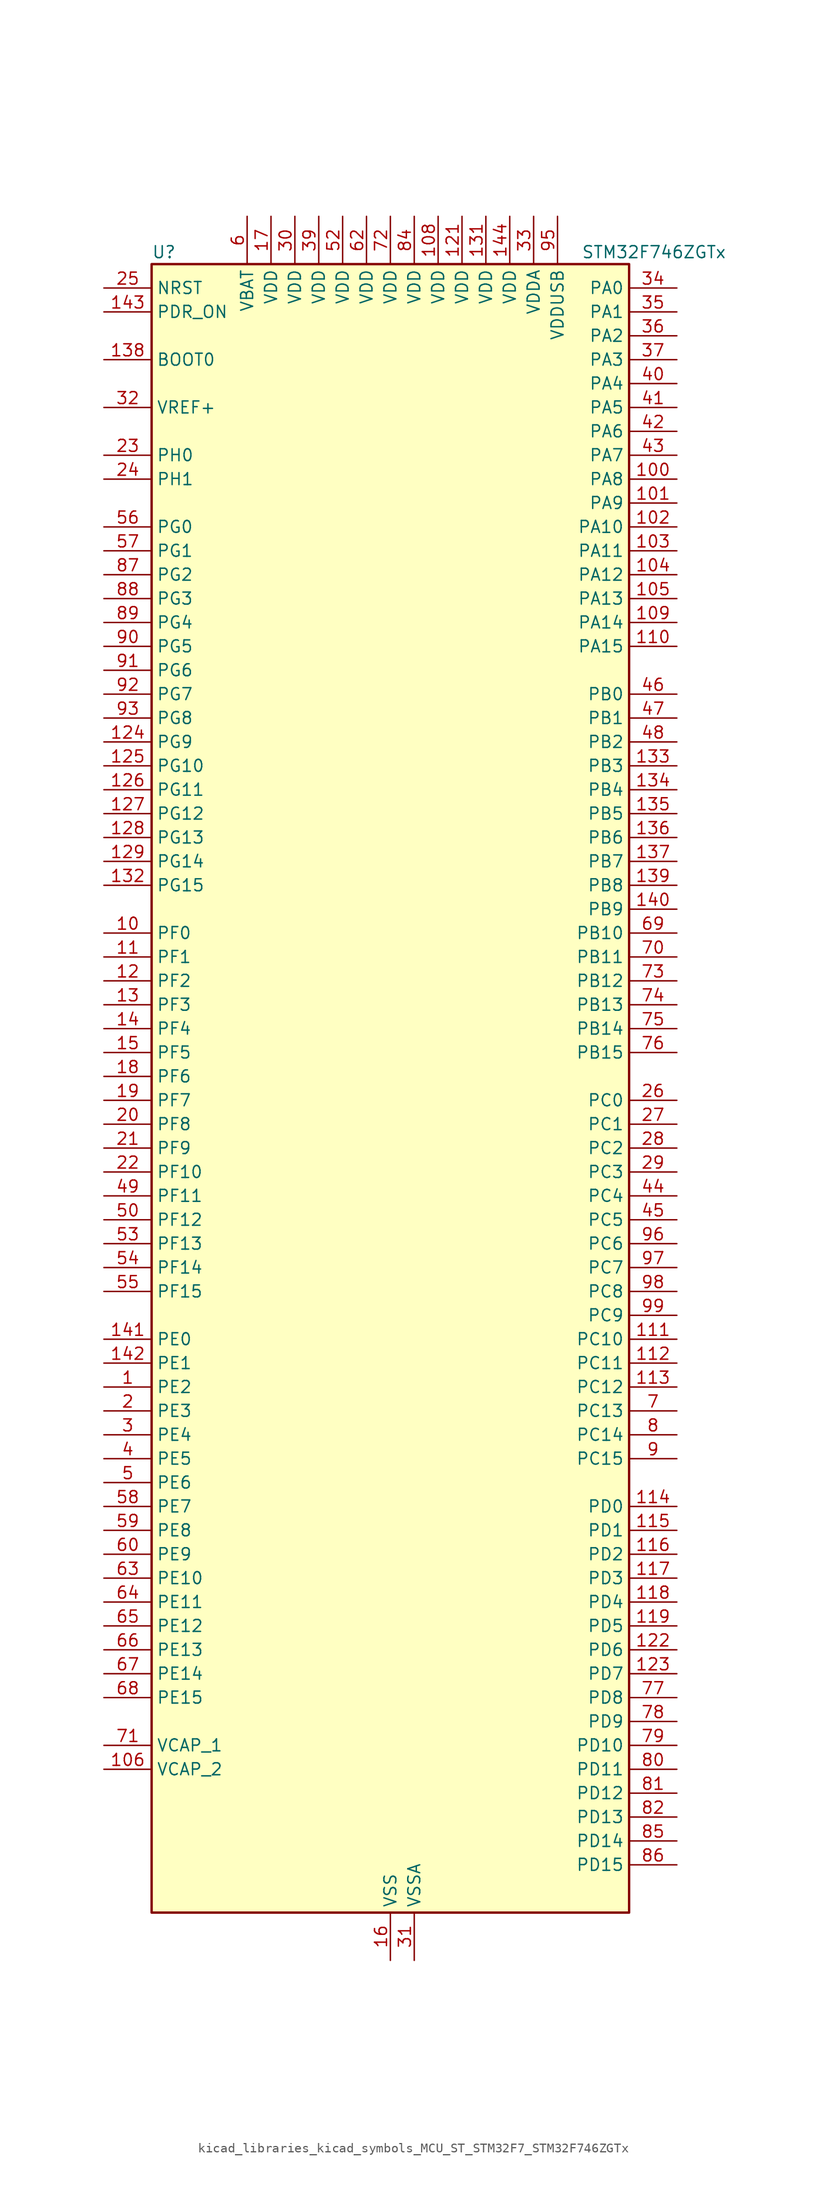
<source format=kicad_sym>
(kicad_symbol_lib
  (version 20220914)
  (generator kicad_symbol_editor)
  (symbol "kicad_libraries_kicad_symbols_MCU_ST_STM32F7_STM32F746ZGTx"
    (property "Reference" "U"
      (at -25.4 90.17 0)
      (effects (font (size 1.27 1.27)) (justify left)))
    (property "Value" "STM32F746ZGTx"
      (at 20.32 90.17 0)
      (effects (font (size 1.27 1.27)) (justify left)))
    (property "ki_locked" ""
      (at 0 0 0)
      (effects (font (size 1.27 1.27))))
    (symbol "kicad_libraries_kicad_symbols_MCU_ST_STM32F7_STM32F746ZGTx_0_1"
      (rectangle (start -25.4 -86.36) (end 25.4 88.9) (stroke (width 0.254) (type default)) (fill (type background))))
    (symbol "kicad_libraries_kicad_symbols_MCU_ST_STM32F7_STM32F746ZGTx_1_1"
      (pin bidirectional line (at -30.48 -30.48 0) (length 5.08) (name "PE2" (effects (font (size 1.27 1.27)))) (number "1" (effects (font (size 1.27 1.27)))) (alternate "ETH_TXD3" bidirectional line) (alternate "FMC_A23" bidirectional line) (alternate "QUADSPI_BK1_IO2" bidirectional line) (alternate "SAI1_MCLK_A" bidirectional line) (alternate "SPI4_SCK" bidirectional line) (alternate "SYS_TRACECLK" bidirectional line))
      (pin bidirectional line (at -30.48 17.78 0) (length 5.08) (name "PF0" (effects (font (size 1.27 1.27)))) (number "10" (effects (font (size 1.27 1.27)))) (alternate "FMC_A0" bidirectional line) (alternate "I2C2_SDA" bidirectional line))
      (pin bidirectional line (at 30.48 66.04 180) (length 5.08) (name "PA8" (effects (font (size 1.27 1.27)))) (number "100" (effects (font (size 1.27 1.27)))) (alternate "I2C3_SCL" bidirectional line) (alternate "LTDC_R6" bidirectional line) (alternate "RCC_MCO_1" bidirectional line) (alternate "TIM1_CH1" bidirectional line) (alternate "TIM8_BKIN2" bidirectional line) (alternate "USART1_CK" bidirectional line) (alternate "USB_OTG_FS_SOF" bidirectional line))
      (pin bidirectional line (at 30.48 63.5 180) (length 5.08) (name "PA9" (effects (font (size 1.27 1.27)))) (number "101" (effects (font (size 1.27 1.27)))) (alternate "DAC_EXTI9" bidirectional line) (alternate "DCMI_D0" bidirectional line) (alternate "I2C3_SMBA" bidirectional line) (alternate "I2S2_CK" bidirectional line) (alternate "SPI2_SCK" bidirectional line) (alternate "TIM1_CH2" bidirectional line) (alternate "USART1_TX" bidirectional line) (alternate "USB_OTG_FS_VBUS" bidirectional line))
      (pin bidirectional line (at 30.48 60.96 180) (length 5.08) (name "PA10" (effects (font (size 1.27 1.27)))) (number "102" (effects (font (size 1.27 1.27)))) (alternate "DCMI_D1" bidirectional line) (alternate "TIM1_CH3" bidirectional line) (alternate "USART1_RX" bidirectional line) (alternate "USB_OTG_FS_ID" bidirectional line))
      (pin bidirectional line (at 30.48 58.42 180) (length 5.08) (name "PA11" (effects (font (size 1.27 1.27)))) (number "103" (effects (font (size 1.27 1.27)))) (alternate "ADC1_EXTI11" bidirectional line) (alternate "ADC2_EXTI11" bidirectional line) (alternate "ADC3_EXTI11" bidirectional line) (alternate "CAN1_RX" bidirectional line) (alternate "LTDC_R4" bidirectional line) (alternate "TIM1_CH4" bidirectional line) (alternate "USART1_CTS" bidirectional line) (alternate "USB_OTG_FS_DM" bidirectional line))
      (pin bidirectional line (at 30.48 55.88 180) (length 5.08) (name "PA12" (effects (font (size 1.27 1.27)))) (number "104" (effects (font (size 1.27 1.27)))) (alternate "CAN1_TX" bidirectional line) (alternate "LTDC_R5" bidirectional line) (alternate "SAI2_FS_B" bidirectional line) (alternate "TIM1_ETR" bidirectional line) (alternate "USART1_DE" bidirectional line) (alternate "USART1_RTS" bidirectional line) (alternate "USB_OTG_FS_DP" bidirectional line))
      (pin bidirectional line (at 30.48 53.34 180) (length 5.08) (name "PA13" (effects (font (size 1.27 1.27)))) (number "105" (effects (font (size 1.27 1.27)))) (alternate "SYS_JTMS-SWDIO" bidirectional line))
      (pin power_out line (at -30.48 -71.12 0) (length 5.08) (name "VCAP_2" (effects (font (size 1.27 1.27)))) (number "106" (effects (font (size 1.27 1.27)))))
      (pin passive line (at 0 -91.44 90) (length 5.08) hide (name "VSS" (effects (font (size 1.27 1.27)))) (number "107" (effects (font (size 1.27 1.27)))))
      (pin power_in line (at 5.08 93.98 270) (length 5.08) (name "VDD" (effects (font (size 1.27 1.27)))) (number "108" (effects (font (size 1.27 1.27)))))
      (pin bidirectional line (at 30.48 50.8 180) (length 5.08) (name "PA14" (effects (font (size 1.27 1.27)))) (number "109" (effects (font (size 1.27 1.27)))) (alternate "SYS_JTCK-SWCLK" bidirectional line))
      (pin bidirectional line (at -30.48 15.24 0) (length 5.08) (name "PF1" (effects (font (size 1.27 1.27)))) (number "11" (effects (font (size 1.27 1.27)))) (alternate "FMC_A1" bidirectional line) (alternate "I2C2_SCL" bidirectional line))
      (pin bidirectional line (at 30.48 48.26 180) (length 5.08) (name "PA15" (effects (font (size 1.27 1.27)))) (number "110" (effects (font (size 1.27 1.27)))) (alternate "CEC" bidirectional line) (alternate "I2S1_WS" bidirectional line) (alternate "I2S3_WS" bidirectional line) (alternate "SPI1_NSS" bidirectional line) (alternate "SPI3_NSS" bidirectional line) (alternate "SYS_JTDI" bidirectional line) (alternate "TIM2_CH1" bidirectional line) (alternate "TIM2_ETR" bidirectional line) (alternate "UART4_DE" bidirectional line) (alternate "UART4_RTS" bidirectional line))
      (pin bidirectional line (at 30.48 -25.4 180) (length 5.08) (name "PC10" (effects (font (size 1.27 1.27)))) (number "111" (effects (font (size 1.27 1.27)))) (alternate "DCMI_D8" bidirectional line) (alternate "I2S3_CK" bidirectional line) (alternate "LTDC_R2" bidirectional line) (alternate "QUADSPI_BK1_IO1" bidirectional line) (alternate "SDMMC1_D2" bidirectional line) (alternate "SPI3_SCK" bidirectional line) (alternate "UART4_TX" bidirectional line) (alternate "USART3_TX" bidirectional line))
      (pin bidirectional line (at 30.48 -27.94 180) (length 5.08) (name "PC11" (effects (font (size 1.27 1.27)))) (number "112" (effects (font (size 1.27 1.27)))) (alternate "ADC1_EXTI11" bidirectional line) (alternate "ADC2_EXTI11" bidirectional line) (alternate "ADC3_EXTI11" bidirectional line) (alternate "DCMI_D4" bidirectional line) (alternate "QUADSPI_BK2_NCS" bidirectional line) (alternate "SDMMC1_D3" bidirectional line) (alternate "SPI3_MISO" bidirectional line) (alternate "UART4_RX" bidirectional line) (alternate "USART3_RX" bidirectional line))
      (pin bidirectional line (at 30.48 -30.48 180) (length 5.08) (name "PC12" (effects (font (size 1.27 1.27)))) (number "113" (effects (font (size 1.27 1.27)))) (alternate "DCMI_D9" bidirectional line) (alternate "I2S3_SD" bidirectional line) (alternate "SDMMC1_CK" bidirectional line) (alternate "SPI3_MOSI" bidirectional line) (alternate "SYS_TRACED3" bidirectional line) (alternate "UART5_TX" bidirectional line) (alternate "USART3_CK" bidirectional line))
      (pin bidirectional line (at 30.48 -43.18 180) (length 5.08) (name "PD0" (effects (font (size 1.27 1.27)))) (number "114" (effects (font (size 1.27 1.27)))) (alternate "CAN1_RX" bidirectional line) (alternate "FMC_D2" bidirectional line) (alternate "FMC_DA2" bidirectional line))
      (pin bidirectional line (at 30.48 -45.72 180) (length 5.08) (name "PD1" (effects (font (size 1.27 1.27)))) (number "115" (effects (font (size 1.27 1.27)))) (alternate "CAN1_TX" bidirectional line) (alternate "FMC_D3" bidirectional line) (alternate "FMC_DA3" bidirectional line))
      (pin bidirectional line (at 30.48 -48.26 180) (length 5.08) (name "PD2" (effects (font (size 1.27 1.27)))) (number "116" (effects (font (size 1.27 1.27)))) (alternate "DCMI_D11" bidirectional line) (alternate "SDMMC1_CMD" bidirectional line) (alternate "SYS_TRACED2" bidirectional line) (alternate "TIM3_ETR" bidirectional line) (alternate "UART5_RX" bidirectional line))
      (pin bidirectional line (at 30.48 -50.8 180) (length 5.08) (name "PD3" (effects (font (size 1.27 1.27)))) (number "117" (effects (font (size 1.27 1.27)))) (alternate "DCMI_D5" bidirectional line) (alternate "FMC_CLK" bidirectional line) (alternate "I2S2_CK" bidirectional line) (alternate "LTDC_G7" bidirectional line) (alternate "SPI2_SCK" bidirectional line) (alternate "USART2_CTS" bidirectional line))
      (pin bidirectional line (at 30.48 -53.34 180) (length 5.08) (name "PD4" (effects (font (size 1.27 1.27)))) (number "118" (effects (font (size 1.27 1.27)))) (alternate "FMC_NOE" bidirectional line) (alternate "USART2_DE" bidirectional line) (alternate "USART2_RTS" bidirectional line))
      (pin bidirectional line (at 30.48 -55.88 180) (length 5.08) (name "PD5" (effects (font (size 1.27 1.27)))) (number "119" (effects (font (size 1.27 1.27)))) (alternate "FMC_NWE" bidirectional line) (alternate "USART2_TX" bidirectional line))
      (pin bidirectional line (at -30.48 12.7 0) (length 5.08) (name "PF2" (effects (font (size 1.27 1.27)))) (number "12" (effects (font (size 1.27 1.27)))) (alternate "FMC_A2" bidirectional line) (alternate "I2C2_SMBA" bidirectional line))
      (pin passive line (at 0 -91.44 90) (length 5.08) hide (name "VSS" (effects (font (size 1.27 1.27)))) (number "120" (effects (font (size 1.27 1.27)))))
      (pin power_in line (at 7.62 93.98 270) (length 5.08) (name "VDD" (effects (font (size 1.27 1.27)))) (number "121" (effects (font (size 1.27 1.27)))))
      (pin bidirectional line (at 30.48 -58.42 180) (length 5.08) (name "PD6" (effects (font (size 1.27 1.27)))) (number "122" (effects (font (size 1.27 1.27)))) (alternate "DCMI_D10" bidirectional line) (alternate "FMC_NWAIT" bidirectional line) (alternate "I2S3_SD" bidirectional line) (alternate "LTDC_B2" bidirectional line) (alternate "SAI1_SD_A" bidirectional line) (alternate "SPI3_MOSI" bidirectional line) (alternate "USART2_RX" bidirectional line))
      (pin bidirectional line (at 30.48 -60.96 180) (length 5.08) (name "PD7" (effects (font (size 1.27 1.27)))) (number "123" (effects (font (size 1.27 1.27)))) (alternate "FMC_NE1" bidirectional line) (alternate "SPDIFRX_IN0" bidirectional line) (alternate "USART2_CK" bidirectional line))
      (pin bidirectional line (at -30.48 38.1 0) (length 5.08) (name "PG9" (effects (font (size 1.27 1.27)))) (number "124" (effects (font (size 1.27 1.27)))) (alternate "DAC_EXTI9" bidirectional line) (alternate "DCMI_VSYNC" bidirectional line) (alternate "FMC_NCE" bidirectional line) (alternate "FMC_NE2" bidirectional line) (alternate "QUADSPI_BK2_IO2" bidirectional line) (alternate "SAI2_FS_B" bidirectional line) (alternate "SPDIFRX_IN3" bidirectional line) (alternate "USART6_RX" bidirectional line))
      (pin bidirectional line (at -30.48 35.56 0) (length 5.08) (name "PG10" (effects (font (size 1.27 1.27)))) (number "125" (effects (font (size 1.27 1.27)))) (alternate "DCMI_D2" bidirectional line) (alternate "FMC_NE3" bidirectional line) (alternate "LTDC_B2" bidirectional line) (alternate "LTDC_G3" bidirectional line) (alternate "SAI2_SD_B" bidirectional line))
      (pin bidirectional line (at -30.48 33.02 0) (length 5.08) (name "PG11" (effects (font (size 1.27 1.27)))) (number "126" (effects (font (size 1.27 1.27)))) (alternate "ADC1_EXTI11" bidirectional line) (alternate "ADC2_EXTI11" bidirectional line) (alternate "ADC3_EXTI11" bidirectional line) (alternate "DCMI_D3" bidirectional line) (alternate "ETH_TX_EN" bidirectional line) (alternate "LTDC_B3" bidirectional line) (alternate "SPDIFRX_IN0" bidirectional line))
      (pin bidirectional line (at -30.48 30.48 0) (length 5.08) (name "PG12" (effects (font (size 1.27 1.27)))) (number "127" (effects (font (size 1.27 1.27)))) (alternate "FMC_NE4" bidirectional line) (alternate "LPTIM1_IN1" bidirectional line) (alternate "LTDC_B1" bidirectional line) (alternate "LTDC_B4" bidirectional line) (alternate "SPDIFRX_IN1" bidirectional line) (alternate "SPI6_MISO" bidirectional line) (alternate "USART6_DE" bidirectional line) (alternate "USART6_RTS" bidirectional line))
      (pin bidirectional line (at -30.48 27.94 0) (length 5.08) (name "PG13" (effects (font (size 1.27 1.27)))) (number "128" (effects (font (size 1.27 1.27)))) (alternate "ETH_TXD0" bidirectional line) (alternate "FMC_A24" bidirectional line) (alternate "LPTIM1_OUT" bidirectional line) (alternate "LTDC_R0" bidirectional line) (alternate "SPI6_SCK" bidirectional line) (alternate "SYS_TRACED0" bidirectional line) (alternate "USART6_CTS" bidirectional line))
      (pin bidirectional line (at -30.48 25.4 0) (length 5.08) (name "PG14" (effects (font (size 1.27 1.27)))) (number "129" (effects (font (size 1.27 1.27)))) (alternate "ETH_TXD1" bidirectional line) (alternate "FMC_A25" bidirectional line) (alternate "LPTIM1_ETR" bidirectional line) (alternate "LTDC_B0" bidirectional line) (alternate "QUADSPI_BK2_IO3" bidirectional line) (alternate "SPI6_MOSI" bidirectional line) (alternate "SYS_TRACED1" bidirectional line) (alternate "USART6_TX" bidirectional line))
      (pin bidirectional line (at -30.48 10.16 0) (length 5.08) (name "PF3" (effects (font (size 1.27 1.27)))) (number "13" (effects (font (size 1.27 1.27)))) (alternate "ADC3_IN9" bidirectional line) (alternate "FMC_A3" bidirectional line))
      (pin passive line (at 0 -91.44 90) (length 5.08) hide (name "VSS" (effects (font (size 1.27 1.27)))) (number "130" (effects (font (size 1.27 1.27)))))
      (pin power_in line (at 10.16 93.98 270) (length 5.08) (name "VDD" (effects (font (size 1.27 1.27)))) (number "131" (effects (font (size 1.27 1.27)))))
      (pin bidirectional line (at -30.48 22.86 0) (length 5.08) (name "PG15" (effects (font (size 1.27 1.27)))) (number "132" (effects (font (size 1.27 1.27)))) (alternate "DCMI_D13" bidirectional line) (alternate "FMC_SDNCAS" bidirectional line) (alternate "USART6_CTS" bidirectional line))
      (pin bidirectional line (at 30.48 35.56 180) (length 5.08) (name "PB3" (effects (font (size 1.27 1.27)))) (number "133" (effects (font (size 1.27 1.27)))) (alternate "I2S1_CK" bidirectional line) (alternate "I2S3_CK" bidirectional line) (alternate "SPI1_SCK" bidirectional line) (alternate "SPI3_SCK" bidirectional line) (alternate "SYS_JTDO-SWO" bidirectional line) (alternate "TIM2_CH2" bidirectional line))
      (pin bidirectional line (at 30.48 33.02 180) (length 5.08) (name "PB4" (effects (font (size 1.27 1.27)))) (number "134" (effects (font (size 1.27 1.27)))) (alternate "I2S2_WS" bidirectional line) (alternate "SPI1_MISO" bidirectional line) (alternate "SPI2_NSS" bidirectional line) (alternate "SPI3_MISO" bidirectional line) (alternate "SYS_JTRST" bidirectional line) (alternate "TIM3_CH1" bidirectional line))
      (pin bidirectional line (at 30.48 30.48 180) (length 5.08) (name "PB5" (effects (font (size 1.27 1.27)))) (number "135" (effects (font (size 1.27 1.27)))) (alternate "CAN2_RX" bidirectional line) (alternate "DCMI_D10" bidirectional line) (alternate "ETH_PPS_OUT" bidirectional line) (alternate "FMC_SDCKE1" bidirectional line) (alternate "I2C1_SMBA" bidirectional line) (alternate "I2S1_SD" bidirectional line) (alternate "I2S3_SD" bidirectional line) (alternate "SPI1_MOSI" bidirectional line) (alternate "SPI3_MOSI" bidirectional line) (alternate "TIM3_CH2" bidirectional line) (alternate "USB_OTG_HS_ULPI_D7" bidirectional line))
      (pin bidirectional line (at 30.48 27.94 180) (length 5.08) (name "PB6" (effects (font (size 1.27 1.27)))) (number "136" (effects (font (size 1.27 1.27)))) (alternate "CAN2_TX" bidirectional line) (alternate "CEC" bidirectional line) (alternate "DCMI_D5" bidirectional line) (alternate "FMC_SDNE1" bidirectional line) (alternate "I2C1_SCL" bidirectional line) (alternate "QUADSPI_BK1_NCS" bidirectional line) (alternate "TIM4_CH1" bidirectional line) (alternate "USART1_TX" bidirectional line))
      (pin bidirectional line (at 30.48 25.4 180) (length 5.08) (name "PB7" (effects (font (size 1.27 1.27)))) (number "137" (effects (font (size 1.27 1.27)))) (alternate "DCMI_VSYNC" bidirectional line) (alternate "FMC_NL" bidirectional line) (alternate "I2C1_SDA" bidirectional line) (alternate "TIM4_CH2" bidirectional line) (alternate "USART1_RX" bidirectional line))
      (pin input line (at -30.48 78.74 0) (length 5.08) (name "BOOT0" (effects (font (size 1.27 1.27)))) (number "138" (effects (font (size 1.27 1.27)))))
      (pin bidirectional line (at 30.48 22.86 180) (length 5.08) (name "PB8" (effects (font (size 1.27 1.27)))) (number "139" (effects (font (size 1.27 1.27)))) (alternate "CAN1_RX" bidirectional line) (alternate "DCMI_D6" bidirectional line) (alternate "ETH_TXD3" bidirectional line) (alternate "I2C1_SCL" bidirectional line) (alternate "LTDC_B6" bidirectional line) (alternate "SDMMC1_D4" bidirectional line) (alternate "TIM10_CH1" bidirectional line) (alternate "TIM4_CH3" bidirectional line))
      (pin bidirectional line (at -30.48 7.62 0) (length 5.08) (name "PF4" (effects (font (size 1.27 1.27)))) (number "14" (effects (font (size 1.27 1.27)))) (alternate "ADC3_IN14" bidirectional line) (alternate "FMC_A4" bidirectional line))
      (pin bidirectional line (at 30.48 20.32 180) (length 5.08) (name "PB9" (effects (font (size 1.27 1.27)))) (number "140" (effects (font (size 1.27 1.27)))) (alternate "CAN1_TX" bidirectional line) (alternate "DAC_EXTI9" bidirectional line) (alternate "DCMI_D7" bidirectional line) (alternate "I2C1_SDA" bidirectional line) (alternate "I2S2_WS" bidirectional line) (alternate "LTDC_B7" bidirectional line) (alternate "SDMMC1_D5" bidirectional line) (alternate "SPI2_NSS" bidirectional line) (alternate "TIM11_CH1" bidirectional line) (alternate "TIM4_CH4" bidirectional line))
      (pin bidirectional line (at -30.48 -25.4 0) (length 5.08) (name "PE0" (effects (font (size 1.27 1.27)))) (number "141" (effects (font (size 1.27 1.27)))) (alternate "DCMI_D2" bidirectional line) (alternate "FMC_NBL0" bidirectional line) (alternate "LPTIM1_ETR" bidirectional line) (alternate "SAI2_MCLK_A" bidirectional line) (alternate "TIM4_ETR" bidirectional line) (alternate "UART8_RX" bidirectional line))
      (pin bidirectional line (at -30.48 -27.94 0) (length 5.08) (name "PE1" (effects (font (size 1.27 1.27)))) (number "142" (effects (font (size 1.27 1.27)))) (alternate "DCMI_D3" bidirectional line) (alternate "FMC_NBL1" bidirectional line) (alternate "LPTIM1_IN2" bidirectional line) (alternate "UART8_TX" bidirectional line))
      (pin input line (at -30.48 83.82 0) (length 5.08) (name "PDR_ON" (effects (font (size 1.27 1.27)))) (number "143" (effects (font (size 1.27 1.27)))))
      (pin power_in line (at 12.7 93.98 270) (length 5.08) (name "VDD" (effects (font (size 1.27 1.27)))) (number "144" (effects (font (size 1.27 1.27)))))
      (pin bidirectional line (at -30.48 5.08 0) (length 5.08) (name "PF5" (effects (font (size 1.27 1.27)))) (number "15" (effects (font (size 1.27 1.27)))) (alternate "ADC3_IN15" bidirectional line) (alternate "FMC_A5" bidirectional line))
      (pin power_in line (at 0 -91.44 90) (length 5.08) (name "VSS" (effects (font (size 1.27 1.27)))) (number "16" (effects (font (size 1.27 1.27)))))
      (pin power_in line (at -12.7 93.98 270) (length 5.08) (name "VDD" (effects (font (size 1.27 1.27)))) (number "17" (effects (font (size 1.27 1.27)))))
      (pin bidirectional line (at -30.48 2.54 0) (length 5.08) (name "PF6" (effects (font (size 1.27 1.27)))) (number "18" (effects (font (size 1.27 1.27)))) (alternate "ADC3_IN4" bidirectional line) (alternate "QUADSPI_BK1_IO3" bidirectional line) (alternate "SAI1_SD_B" bidirectional line) (alternate "SPI5_NSS" bidirectional line) (alternate "TIM10_CH1" bidirectional line) (alternate "UART7_RX" bidirectional line))
      (pin bidirectional line (at -30.48 0 0) (length 5.08) (name "PF7" (effects (font (size 1.27 1.27)))) (number "19" (effects (font (size 1.27 1.27)))) (alternate "ADC3_IN5" bidirectional line) (alternate "QUADSPI_BK1_IO2" bidirectional line) (alternate "SAI1_MCLK_B" bidirectional line) (alternate "SPI5_SCK" bidirectional line) (alternate "TIM11_CH1" bidirectional line) (alternate "UART7_TX" bidirectional line))
      (pin bidirectional line (at -30.48 -33.02 0) (length 5.08) (name "PE3" (effects (font (size 1.27 1.27)))) (number "2" (effects (font (size 1.27 1.27)))) (alternate "FMC_A19" bidirectional line) (alternate "SAI1_SD_B" bidirectional line) (alternate "SYS_TRACED0" bidirectional line))
      (pin bidirectional line (at -30.48 -2.54 0) (length 5.08) (name "PF8" (effects (font (size 1.27 1.27)))) (number "20" (effects (font (size 1.27 1.27)))) (alternate "ADC3_IN6" bidirectional line) (alternate "QUADSPI_BK1_IO0" bidirectional line) (alternate "SAI1_SCK_B" bidirectional line) (alternate "SPI5_MISO" bidirectional line) (alternate "TIM13_CH1" bidirectional line) (alternate "UART7_DE" bidirectional line) (alternate "UART7_RTS" bidirectional line))
      (pin bidirectional line (at -30.48 -5.08 0) (length 5.08) (name "PF9" (effects (font (size 1.27 1.27)))) (number "21" (effects (font (size 1.27 1.27)))) (alternate "ADC3_IN7" bidirectional line) (alternate "DAC_EXTI9" bidirectional line) (alternate "QUADSPI_BK1_IO1" bidirectional line) (alternate "SAI1_FS_B" bidirectional line) (alternate "SPI5_MOSI" bidirectional line) (alternate "TIM14_CH1" bidirectional line) (alternate "UART7_CTS" bidirectional line))
      (pin bidirectional line (at -30.48 -7.62 0) (length 5.08) (name "PF10" (effects (font (size 1.27 1.27)))) (number "22" (effects (font (size 1.27 1.27)))) (alternate "ADC3_IN8" bidirectional line) (alternate "DCMI_D11" bidirectional line) (alternate "LTDC_DE" bidirectional line))
      (pin bidirectional line (at -30.48 68.58 0) (length 5.08) (name "PH0" (effects (font (size 1.27 1.27)))) (number "23" (effects (font (size 1.27 1.27)))) (alternate "RCC_OSC_IN" bidirectional line))
      (pin bidirectional line (at -30.48 66.04 0) (length 5.08) (name "PH1" (effects (font (size 1.27 1.27)))) (number "24" (effects (font (size 1.27 1.27)))) (alternate "RCC_OSC_OUT" bidirectional line))
      (pin input line (at -30.48 86.36 0) (length 5.08) (name "NRST" (effects (font (size 1.27 1.27)))) (number "25" (effects (font (size 1.27 1.27)))))
      (pin bidirectional line (at 30.48 0 180) (length 5.08) (name "PC0" (effects (font (size 1.27 1.27)))) (number "26" (effects (font (size 1.27 1.27)))) (alternate "ADC1_IN10" bidirectional line) (alternate "ADC2_IN10" bidirectional line) (alternate "ADC3_IN10" bidirectional line) (alternate "FMC_SDNWE" bidirectional line) (alternate "LTDC_R5" bidirectional line) (alternate "SAI2_FS_B" bidirectional line) (alternate "USB_OTG_HS_ULPI_STP" bidirectional line))
      (pin bidirectional line (at 30.48 -2.54 180) (length 5.08) (name "PC1" (effects (font (size 1.27 1.27)))) (number "27" (effects (font (size 1.27 1.27)))) (alternate "ADC1_IN11" bidirectional line) (alternate "ADC2_IN11" bidirectional line) (alternate "ADC3_IN11" bidirectional line) (alternate "ETH_MDC" bidirectional line) (alternate "I2S2_SD" bidirectional line) (alternate "RTC_TAMP3" bidirectional line) (alternate "RTC_TS" bidirectional line) (alternate "SAI1_SD_A" bidirectional line) (alternate "SPI2_MOSI" bidirectional line) (alternate "SYS_TRACED0" bidirectional line) (alternate "SYS_WKUP3" bidirectional line))
      (pin bidirectional line (at 30.48 -5.08 180) (length 5.08) (name "PC2" (effects (font (size 1.27 1.27)))) (number "28" (effects (font (size 1.27 1.27)))) (alternate "ADC1_IN12" bidirectional line) (alternate "ADC2_IN12" bidirectional line) (alternate "ADC3_IN12" bidirectional line) (alternate "ETH_TXD2" bidirectional line) (alternate "FMC_SDNE0" bidirectional line) (alternate "SPI2_MISO" bidirectional line) (alternate "USB_OTG_HS_ULPI_DIR" bidirectional line))
      (pin bidirectional line (at 30.48 -7.62 180) (length 5.08) (name "PC3" (effects (font (size 1.27 1.27)))) (number "29" (effects (font (size 1.27 1.27)))) (alternate "ADC1_IN13" bidirectional line) (alternate "ADC2_IN13" bidirectional line) (alternate "ADC3_IN13" bidirectional line) (alternate "ETH_TX_CLK" bidirectional line) (alternate "FMC_SDCKE0" bidirectional line) (alternate "I2S2_SD" bidirectional line) (alternate "SPI2_MOSI" bidirectional line) (alternate "USB_OTG_HS_ULPI_NXT" bidirectional line))
      (pin bidirectional line (at -30.48 -35.56 0) (length 5.08) (name "PE4" (effects (font (size 1.27 1.27)))) (number "3" (effects (font (size 1.27 1.27)))) (alternate "DCMI_D4" bidirectional line) (alternate "FMC_A20" bidirectional line) (alternate "LTDC_B0" bidirectional line) (alternate "SAI1_FS_A" bidirectional line) (alternate "SPI4_NSS" bidirectional line) (alternate "SYS_TRACED1" bidirectional line))
      (pin power_in line (at -10.16 93.98 270) (length 5.08) (name "VDD" (effects (font (size 1.27 1.27)))) (number "30" (effects (font (size 1.27 1.27)))))
      (pin power_in line (at 2.54 -91.44 90) (length 5.08) (name "VSSA" (effects (font (size 1.27 1.27)))) (number "31" (effects (font (size 1.27 1.27)))))
      (pin input line (at -30.48 73.66 0) (length 5.08) (name "VREF+" (effects (font (size 1.27 1.27)))) (number "32" (effects (font (size 1.27 1.27)))))
      (pin power_in line (at 15.24 93.98 270) (length 5.08) (name "VDDA" (effects (font (size 1.27 1.27)))) (number "33" (effects (font (size 1.27 1.27)))))
      (pin bidirectional line (at 30.48 86.36 180) (length 5.08) (name "PA0" (effects (font (size 1.27 1.27)))) (number "34" (effects (font (size 1.27 1.27)))) (alternate "ADC1_IN0" bidirectional line) (alternate "ADC2_IN0" bidirectional line) (alternate "ADC3_IN0" bidirectional line) (alternate "ETH_CRS" bidirectional line) (alternate "SAI2_SD_B" bidirectional line) (alternate "SYS_WKUP1" bidirectional line) (alternate "TIM2_CH1" bidirectional line) (alternate "TIM2_ETR" bidirectional line) (alternate "TIM5_CH1" bidirectional line) (alternate "TIM8_ETR" bidirectional line) (alternate "UART4_TX" bidirectional line) (alternate "USART2_CTS" bidirectional line))
      (pin bidirectional line (at 30.48 83.82 180) (length 5.08) (name "PA1" (effects (font (size 1.27 1.27)))) (number "35" (effects (font (size 1.27 1.27)))) (alternate "ADC1_IN1" bidirectional line) (alternate "ADC2_IN1" bidirectional line) (alternate "ADC3_IN1" bidirectional line) (alternate "ETH_REF_CLK" bidirectional line) (alternate "ETH_RX_CLK" bidirectional line) (alternate "LTDC_R2" bidirectional line) (alternate "QUADSPI_BK1_IO3" bidirectional line) (alternate "SAI2_MCLK_B" bidirectional line) (alternate "TIM2_CH2" bidirectional line) (alternate "TIM5_CH2" bidirectional line) (alternate "UART4_RX" bidirectional line) (alternate "USART2_DE" bidirectional line) (alternate "USART2_RTS" bidirectional line))
      (pin bidirectional line (at 30.48 81.28 180) (length 5.08) (name "PA2" (effects (font (size 1.27 1.27)))) (number "36" (effects (font (size 1.27 1.27)))) (alternate "ADC1_IN2" bidirectional line) (alternate "ADC2_IN2" bidirectional line) (alternate "ADC3_IN2" bidirectional line) (alternate "ETH_MDIO" bidirectional line) (alternate "LTDC_R1" bidirectional line) (alternate "SAI2_SCK_B" bidirectional line) (alternate "SYS_WKUP2" bidirectional line) (alternate "TIM2_CH3" bidirectional line) (alternate "TIM5_CH3" bidirectional line) (alternate "TIM9_CH1" bidirectional line) (alternate "USART2_TX" bidirectional line))
      (pin bidirectional line (at 30.48 78.74 180) (length 5.08) (name "PA3" (effects (font (size 1.27 1.27)))) (number "37" (effects (font (size 1.27 1.27)))) (alternate "ADC1_IN3" bidirectional line) (alternate "ADC2_IN3" bidirectional line) (alternate "ADC3_IN3" bidirectional line) (alternate "ETH_COL" bidirectional line) (alternate "LTDC_B5" bidirectional line) (alternate "TIM2_CH4" bidirectional line) (alternate "TIM5_CH4" bidirectional line) (alternate "TIM9_CH2" bidirectional line) (alternate "USART2_RX" bidirectional line) (alternate "USB_OTG_HS_ULPI_D0" bidirectional line))
      (pin passive line (at 0 -91.44 90) (length 5.08) hide (name "VSS" (effects (font (size 1.27 1.27)))) (number "38" (effects (font (size 1.27 1.27)))))
      (pin power_in line (at -7.62 93.98 270) (length 5.08) (name "VDD" (effects (font (size 1.27 1.27)))) (number "39" (effects (font (size 1.27 1.27)))))
      (pin bidirectional line (at -30.48 -38.1 0) (length 5.08) (name "PE5" (effects (font (size 1.27 1.27)))) (number "4" (effects (font (size 1.27 1.27)))) (alternate "DCMI_D6" bidirectional line) (alternate "FMC_A21" bidirectional line) (alternate "LTDC_G0" bidirectional line) (alternate "SAI1_SCK_A" bidirectional line) (alternate "SPI4_MISO" bidirectional line) (alternate "SYS_TRACED2" bidirectional line) (alternate "TIM9_CH1" bidirectional line))
      (pin bidirectional line (at 30.48 76.2 180) (length 5.08) (name "PA4" (effects (font (size 1.27 1.27)))) (number "40" (effects (font (size 1.27 1.27)))) (alternate "ADC1_IN4" bidirectional line) (alternate "ADC2_IN4" bidirectional line) (alternate "DAC_OUT1" bidirectional line) (alternate "DCMI_HSYNC" bidirectional line) (alternate "I2S1_WS" bidirectional line) (alternate "I2S3_WS" bidirectional line) (alternate "LTDC_VSYNC" bidirectional line) (alternate "SPI1_NSS" bidirectional line) (alternate "SPI3_NSS" bidirectional line) (alternate "USART2_CK" bidirectional line) (alternate "USB_OTG_HS_SOF" bidirectional line))
      (pin bidirectional line (at 30.48 73.66 180) (length 5.08) (name "PA5" (effects (font (size 1.27 1.27)))) (number "41" (effects (font (size 1.27 1.27)))) (alternate "ADC1_IN5" bidirectional line) (alternate "ADC2_IN5" bidirectional line) (alternate "DAC_OUT2" bidirectional line) (alternate "I2S1_CK" bidirectional line) (alternate "LTDC_R4" bidirectional line) (alternate "SPI1_SCK" bidirectional line) (alternate "TIM2_CH1" bidirectional line) (alternate "TIM2_ETR" bidirectional line) (alternate "TIM8_CH1N" bidirectional line) (alternate "USB_OTG_HS_ULPI_CK" bidirectional line))
      (pin bidirectional line (at 30.48 71.12 180) (length 5.08) (name "PA6" (effects (font (size 1.27 1.27)))) (number "42" (effects (font (size 1.27 1.27)))) (alternate "ADC1_IN6" bidirectional line) (alternate "ADC2_IN6" bidirectional line) (alternate "DCMI_PIXCLK" bidirectional line) (alternate "LTDC_G2" bidirectional line) (alternate "SPI1_MISO" bidirectional line) (alternate "TIM13_CH1" bidirectional line) (alternate "TIM1_BKIN" bidirectional line) (alternate "TIM3_CH1" bidirectional line) (alternate "TIM8_BKIN" bidirectional line))
      (pin bidirectional line (at 30.48 68.58 180) (length 5.08) (name "PA7" (effects (font (size 1.27 1.27)))) (number "43" (effects (font (size 1.27 1.27)))) (alternate "ADC1_IN7" bidirectional line) (alternate "ADC2_IN7" bidirectional line) (alternate "ETH_CRS_DV" bidirectional line) (alternate "ETH_RX_DV" bidirectional line) (alternate "FMC_SDNWE" bidirectional line) (alternate "I2S1_SD" bidirectional line) (alternate "SPI1_MOSI" bidirectional line) (alternate "TIM14_CH1" bidirectional line) (alternate "TIM1_CH1N" bidirectional line) (alternate "TIM3_CH2" bidirectional line) (alternate "TIM8_CH1N" bidirectional line))
      (pin bidirectional line (at 30.48 -10.16 180) (length 5.08) (name "PC4" (effects (font (size 1.27 1.27)))) (number "44" (effects (font (size 1.27 1.27)))) (alternate "ADC1_IN14" bidirectional line) (alternate "ADC2_IN14" bidirectional line) (alternate "ETH_RXD0" bidirectional line) (alternate "FMC_SDNE0" bidirectional line) (alternate "I2S1_MCK" bidirectional line) (alternate "SPDIFRX_IN2" bidirectional line))
      (pin bidirectional line (at 30.48 -12.7 180) (length 5.08) (name "PC5" (effects (font (size 1.27 1.27)))) (number "45" (effects (font (size 1.27 1.27)))) (alternate "ADC1_IN15" bidirectional line) (alternate "ADC2_IN15" bidirectional line) (alternate "ETH_RXD1" bidirectional line) (alternate "FMC_SDCKE0" bidirectional line) (alternate "SPDIFRX_IN3" bidirectional line))
      (pin bidirectional line (at 30.48 43.18 180) (length 5.08) (name "PB0" (effects (font (size 1.27 1.27)))) (number "46" (effects (font (size 1.27 1.27)))) (alternate "ADC1_IN8" bidirectional line) (alternate "ADC2_IN8" bidirectional line) (alternate "ETH_RXD2" bidirectional line) (alternate "LTDC_R3" bidirectional line) (alternate "TIM1_CH2N" bidirectional line) (alternate "TIM3_CH3" bidirectional line) (alternate "TIM8_CH2N" bidirectional line) (alternate "UART4_CTS" bidirectional line) (alternate "USB_OTG_HS_ULPI_D1" bidirectional line))
      (pin bidirectional line (at 30.48 40.64 180) (length 5.08) (name "PB1" (effects (font (size 1.27 1.27)))) (number "47" (effects (font (size 1.27 1.27)))) (alternate "ADC1_IN9" bidirectional line) (alternate "ADC2_IN9" bidirectional line) (alternate "ETH_RXD3" bidirectional line) (alternate "LTDC_R6" bidirectional line) (alternate "TIM1_CH3N" bidirectional line) (alternate "TIM3_CH4" bidirectional line) (alternate "TIM8_CH3N" bidirectional line) (alternate "USB_OTG_HS_ULPI_D2" bidirectional line))
      (pin bidirectional line (at 30.48 38.1 180) (length 5.08) (name "PB2" (effects (font (size 1.27 1.27)))) (number "48" (effects (font (size 1.27 1.27)))) (alternate "I2S3_SD" bidirectional line) (alternate "QUADSPI_CLK" bidirectional line) (alternate "SAI1_SD_A" bidirectional line) (alternate "SPI3_MOSI" bidirectional line))
      (pin bidirectional line (at -30.48 -10.16 0) (length 5.08) (name "PF11" (effects (font (size 1.27 1.27)))) (number "49" (effects (font (size 1.27 1.27)))) (alternate "ADC1_EXTI11" bidirectional line) (alternate "ADC2_EXTI11" bidirectional line) (alternate "ADC3_EXTI11" bidirectional line) (alternate "DCMI_D12" bidirectional line) (alternate "FMC_SDNRAS" bidirectional line) (alternate "SAI2_SD_B" bidirectional line) (alternate "SPI5_MOSI" bidirectional line))
      (pin bidirectional line (at -30.48 -40.64 0) (length 5.08) (name "PE6" (effects (font (size 1.27 1.27)))) (number "5" (effects (font (size 1.27 1.27)))) (alternate "DCMI_D7" bidirectional line) (alternate "FMC_A22" bidirectional line) (alternate "LTDC_G1" bidirectional line) (alternate "SAI1_SD_A" bidirectional line) (alternate "SAI2_MCLK_B" bidirectional line) (alternate "SPI4_MOSI" bidirectional line) (alternate "SYS_TRACED3" bidirectional line) (alternate "TIM1_BKIN2" bidirectional line) (alternate "TIM9_CH2" bidirectional line))
      (pin bidirectional line (at -30.48 -12.7 0) (length 5.08) (name "PF12" (effects (font (size 1.27 1.27)))) (number "50" (effects (font (size 1.27 1.27)))) (alternate "FMC_A6" bidirectional line))
      (pin passive line (at 0 -91.44 90) (length 5.08) hide (name "VSS" (effects (font (size 1.27 1.27)))) (number "51" (effects (font (size 1.27 1.27)))))
      (pin power_in line (at -5.08 93.98 270) (length 5.08) (name "VDD" (effects (font (size 1.27 1.27)))) (number "52" (effects (font (size 1.27 1.27)))))
      (pin bidirectional line (at -30.48 -15.24 0) (length 5.08) (name "PF13" (effects (font (size 1.27 1.27)))) (number "53" (effects (font (size 1.27 1.27)))) (alternate "FMC_A7" bidirectional line) (alternate "I2C4_SMBA" bidirectional line))
      (pin bidirectional line (at -30.48 -17.78 0) (length 5.08) (name "PF14" (effects (font (size 1.27 1.27)))) (number "54" (effects (font (size 1.27 1.27)))) (alternate "FMC_A8" bidirectional line) (alternate "I2C4_SCL" bidirectional line))
      (pin bidirectional line (at -30.48 -20.32 0) (length 5.08) (name "PF15" (effects (font (size 1.27 1.27)))) (number "55" (effects (font (size 1.27 1.27)))) (alternate "FMC_A9" bidirectional line) (alternate "I2C4_SDA" bidirectional line))
      (pin bidirectional line (at -30.48 60.96 0) (length 5.08) (name "PG0" (effects (font (size 1.27 1.27)))) (number "56" (effects (font (size 1.27 1.27)))) (alternate "FMC_A10" bidirectional line))
      (pin bidirectional line (at -30.48 58.42 0) (length 5.08) (name "PG1" (effects (font (size 1.27 1.27)))) (number "57" (effects (font (size 1.27 1.27)))) (alternate "FMC_A11" bidirectional line))
      (pin bidirectional line (at -30.48 -43.18 0) (length 5.08) (name "PE7" (effects (font (size 1.27 1.27)))) (number "58" (effects (font (size 1.27 1.27)))) (alternate "FMC_D4" bidirectional line) (alternate "FMC_DA4" bidirectional line) (alternate "QUADSPI_BK2_IO0" bidirectional line) (alternate "TIM1_ETR" bidirectional line) (alternate "UART7_RX" bidirectional line))
      (pin bidirectional line (at -30.48 -45.72 0) (length 5.08) (name "PE8" (effects (font (size 1.27 1.27)))) (number "59" (effects (font (size 1.27 1.27)))) (alternate "FMC_D5" bidirectional line) (alternate "FMC_DA5" bidirectional line) (alternate "QUADSPI_BK2_IO1" bidirectional line) (alternate "TIM1_CH1N" bidirectional line) (alternate "UART7_TX" bidirectional line))
      (pin power_in line (at -15.24 93.98 270) (length 5.08) (name "VBAT" (effects (font (size 1.27 1.27)))) (number "6" (effects (font (size 1.27 1.27)))))
      (pin bidirectional line (at -30.48 -48.26 0) (length 5.08) (name "PE9" (effects (font (size 1.27 1.27)))) (number "60" (effects (font (size 1.27 1.27)))) (alternate "DAC_EXTI9" bidirectional line) (alternate "FMC_D6" bidirectional line) (alternate "FMC_DA6" bidirectional line) (alternate "QUADSPI_BK2_IO2" bidirectional line) (alternate "TIM1_CH1" bidirectional line) (alternate "UART7_DE" bidirectional line) (alternate "UART7_RTS" bidirectional line))
      (pin passive line (at 0 -91.44 90) (length 5.08) hide (name "VSS" (effects (font (size 1.27 1.27)))) (number "61" (effects (font (size 1.27 1.27)))))
      (pin power_in line (at -2.54 93.98 270) (length 5.08) (name "VDD" (effects (font (size 1.27 1.27)))) (number "62" (effects (font (size 1.27 1.27)))))
      (pin bidirectional line (at -30.48 -50.8 0) (length 5.08) (name "PE10" (effects (font (size 1.27 1.27)))) (number "63" (effects (font (size 1.27 1.27)))) (alternate "FMC_D7" bidirectional line) (alternate "FMC_DA7" bidirectional line) (alternate "QUADSPI_BK2_IO3" bidirectional line) (alternate "TIM1_CH2N" bidirectional line) (alternate "UART7_CTS" bidirectional line))
      (pin bidirectional line (at -30.48 -53.34 0) (length 5.08) (name "PE11" (effects (font (size 1.27 1.27)))) (number "64" (effects (font (size 1.27 1.27)))) (alternate "ADC1_EXTI11" bidirectional line) (alternate "ADC2_EXTI11" bidirectional line) (alternate "ADC3_EXTI11" bidirectional line) (alternate "FMC_D8" bidirectional line) (alternate "FMC_DA8" bidirectional line) (alternate "LTDC_G3" bidirectional line) (alternate "SAI2_SD_B" bidirectional line) (alternate "SPI4_NSS" bidirectional line) (alternate "TIM1_CH2" bidirectional line))
      (pin bidirectional line (at -30.48 -55.88 0) (length 5.08) (name "PE12" (effects (font (size 1.27 1.27)))) (number "65" (effects (font (size 1.27 1.27)))) (alternate "FMC_D9" bidirectional line) (alternate "FMC_DA9" bidirectional line) (alternate "LTDC_B4" bidirectional line) (alternate "SAI2_SCK_B" bidirectional line) (alternate "SPI4_SCK" bidirectional line) (alternate "TIM1_CH3N" bidirectional line))
      (pin bidirectional line (at -30.48 -58.42 0) (length 5.08) (name "PE13" (effects (font (size 1.27 1.27)))) (number "66" (effects (font (size 1.27 1.27)))) (alternate "FMC_D10" bidirectional line) (alternate "FMC_DA10" bidirectional line) (alternate "LTDC_DE" bidirectional line) (alternate "SAI2_FS_B" bidirectional line) (alternate "SPI4_MISO" bidirectional line) (alternate "TIM1_CH3" bidirectional line))
      (pin bidirectional line (at -30.48 -60.96 0) (length 5.08) (name "PE14" (effects (font (size 1.27 1.27)))) (number "67" (effects (font (size 1.27 1.27)))) (alternate "FMC_D11" bidirectional line) (alternate "FMC_DA11" bidirectional line) (alternate "LTDC_CLK" bidirectional line) (alternate "SAI2_MCLK_B" bidirectional line) (alternate "SPI4_MOSI" bidirectional line) (alternate "TIM1_CH4" bidirectional line))
      (pin bidirectional line (at -30.48 -63.5 0) (length 5.08) (name "PE15" (effects (font (size 1.27 1.27)))) (number "68" (effects (font (size 1.27 1.27)))) (alternate "FMC_D12" bidirectional line) (alternate "FMC_DA12" bidirectional line) (alternate "LTDC_R7" bidirectional line) (alternate "TIM1_BKIN" bidirectional line))
      (pin bidirectional line (at 30.48 17.78 180) (length 5.08) (name "PB10" (effects (font (size 1.27 1.27)))) (number "69" (effects (font (size 1.27 1.27)))) (alternate "ETH_RX_ER" bidirectional line) (alternate "I2C2_SCL" bidirectional line) (alternate "I2S2_CK" bidirectional line) (alternate "LTDC_G4" bidirectional line) (alternate "SPI2_SCK" bidirectional line) (alternate "TIM2_CH3" bidirectional line) (alternate "USART3_TX" bidirectional line) (alternate "USB_OTG_HS_ULPI_D3" bidirectional line))
      (pin bidirectional line (at 30.48 -33.02 180) (length 5.08) (name "PC13" (effects (font (size 1.27 1.27)))) (number "7" (effects (font (size 1.27 1.27)))) (alternate "RTC_OUT" bidirectional line) (alternate "RTC_TAMP1" bidirectional line) (alternate "RTC_TS" bidirectional line) (alternate "SYS_WKUP4" bidirectional line))
      (pin bidirectional line (at 30.48 15.24 180) (length 5.08) (name "PB11" (effects (font (size 1.27 1.27)))) (number "70" (effects (font (size 1.27 1.27)))) (alternate "ADC1_EXTI11" bidirectional line) (alternate "ADC2_EXTI11" bidirectional line) (alternate "ADC3_EXTI11" bidirectional line) (alternate "ETH_TX_EN" bidirectional line) (alternate "I2C2_SDA" bidirectional line) (alternate "LTDC_G5" bidirectional line) (alternate "TIM2_CH4" bidirectional line) (alternate "USART3_RX" bidirectional line) (alternate "USB_OTG_HS_ULPI_D4" bidirectional line))
      (pin power_out line (at -30.48 -68.58 0) (length 5.08) (name "VCAP_1" (effects (font (size 1.27 1.27)))) (number "71" (effects (font (size 1.27 1.27)))))
      (pin power_in line (at 0 93.98 270) (length 5.08) (name "VDD" (effects (font (size 1.27 1.27)))) (number "72" (effects (font (size 1.27 1.27)))))
      (pin bidirectional line (at 30.48 12.7 180) (length 5.08) (name "PB12" (effects (font (size 1.27 1.27)))) (number "73" (effects (font (size 1.27 1.27)))) (alternate "CAN2_RX" bidirectional line) (alternate "ETH_TXD0" bidirectional line) (alternate "I2C2_SMBA" bidirectional line) (alternate "I2S2_WS" bidirectional line) (alternate "SPI2_NSS" bidirectional line) (alternate "TIM1_BKIN" bidirectional line) (alternate "USART3_CK" bidirectional line) (alternate "USB_OTG_HS_ID" bidirectional line) (alternate "USB_OTG_HS_ULPI_D5" bidirectional line))
      (pin bidirectional line (at 30.48 10.16 180) (length 5.08) (name "PB13" (effects (font (size 1.27 1.27)))) (number "74" (effects (font (size 1.27 1.27)))) (alternate "CAN2_TX" bidirectional line) (alternate "ETH_TXD1" bidirectional line) (alternate "I2S2_CK" bidirectional line) (alternate "SPI2_SCK" bidirectional line) (alternate "TIM1_CH1N" bidirectional line) (alternate "USART3_CTS" bidirectional line) (alternate "USB_OTG_HS_ULPI_D6" bidirectional line) (alternate "USB_OTG_HS_VBUS" bidirectional line))
      (pin bidirectional line (at 30.48 7.62 180) (length 5.08) (name "PB14" (effects (font (size 1.27 1.27)))) (number "75" (effects (font (size 1.27 1.27)))) (alternate "SPI2_MISO" bidirectional line) (alternate "TIM12_CH1" bidirectional line) (alternate "TIM1_CH2N" bidirectional line) (alternate "TIM8_CH2N" bidirectional line) (alternate "USART3_DE" bidirectional line) (alternate "USART3_RTS" bidirectional line) (alternate "USB_OTG_HS_DM" bidirectional line))
      (pin bidirectional line (at 30.48 5.08 180) (length 5.08) (name "PB15" (effects (font (size 1.27 1.27)))) (number "76" (effects (font (size 1.27 1.27)))) (alternate "I2S2_SD" bidirectional line) (alternate "RTC_REFIN" bidirectional line) (alternate "SPI2_MOSI" bidirectional line) (alternate "TIM12_CH2" bidirectional line) (alternate "TIM1_CH3N" bidirectional line) (alternate "TIM8_CH3N" bidirectional line) (alternate "USB_OTG_HS_DP" bidirectional line))
      (pin bidirectional line (at 30.48 -63.5 180) (length 5.08) (name "PD8" (effects (font (size 1.27 1.27)))) (number "77" (effects (font (size 1.27 1.27)))) (alternate "FMC_D13" bidirectional line) (alternate "FMC_DA13" bidirectional line) (alternate "SPDIFRX_IN1" bidirectional line) (alternate "USART3_TX" bidirectional line))
      (pin bidirectional line (at 30.48 -66.04 180) (length 5.08) (name "PD9" (effects (font (size 1.27 1.27)))) (number "78" (effects (font (size 1.27 1.27)))) (alternate "DAC_EXTI9" bidirectional line) (alternate "FMC_D14" bidirectional line) (alternate "FMC_DA14" bidirectional line) (alternate "USART3_RX" bidirectional line))
      (pin bidirectional line (at 30.48 -68.58 180) (length 5.08) (name "PD10" (effects (font (size 1.27 1.27)))) (number "79" (effects (font (size 1.27 1.27)))) (alternate "FMC_D15" bidirectional line) (alternate "FMC_DA15" bidirectional line) (alternate "LTDC_B3" bidirectional line) (alternate "USART3_CK" bidirectional line))
      (pin bidirectional line (at 30.48 -35.56 180) (length 5.08) (name "PC14" (effects (font (size 1.27 1.27)))) (number "8" (effects (font (size 1.27 1.27)))) (alternate "RCC_OSC32_IN" bidirectional line))
      (pin bidirectional line (at 30.48 -71.12 180) (length 5.08) (name "PD11" (effects (font (size 1.27 1.27)))) (number "80" (effects (font (size 1.27 1.27)))) (alternate "ADC1_EXTI11" bidirectional line) (alternate "ADC2_EXTI11" bidirectional line) (alternate "ADC3_EXTI11" bidirectional line) (alternate "FMC_A16" bidirectional line) (alternate "FMC_CLE" bidirectional line) (alternate "I2C4_SMBA" bidirectional line) (alternate "QUADSPI_BK1_IO0" bidirectional line) (alternate "SAI2_SD_A" bidirectional line) (alternate "USART3_CTS" bidirectional line))
      (pin bidirectional line (at 30.48 -73.66 180) (length 5.08) (name "PD12" (effects (font (size 1.27 1.27)))) (number "81" (effects (font (size 1.27 1.27)))) (alternate "FMC_A17" bidirectional line) (alternate "FMC_ALE" bidirectional line) (alternate "I2C4_SCL" bidirectional line) (alternate "LPTIM1_IN1" bidirectional line) (alternate "QUADSPI_BK1_IO1" bidirectional line) (alternate "SAI2_FS_A" bidirectional line) (alternate "TIM4_CH1" bidirectional line) (alternate "USART3_DE" bidirectional line) (alternate "USART3_RTS" bidirectional line))
      (pin bidirectional line (at 30.48 -76.2 180) (length 5.08) (name "PD13" (effects (font (size 1.27 1.27)))) (number "82" (effects (font (size 1.27 1.27)))) (alternate "FMC_A18" bidirectional line) (alternate "I2C4_SDA" bidirectional line) (alternate "LPTIM1_OUT" bidirectional line) (alternate "QUADSPI_BK1_IO3" bidirectional line) (alternate "SAI2_SCK_A" bidirectional line) (alternate "TIM4_CH2" bidirectional line))
      (pin passive line (at 0 -91.44 90) (length 5.08) hide (name "VSS" (effects (font (size 1.27 1.27)))) (number "83" (effects (font (size 1.27 1.27)))))
      (pin power_in line (at 2.54 93.98 270) (length 5.08) (name "VDD" (effects (font (size 1.27 1.27)))) (number "84" (effects (font (size 1.27 1.27)))))
      (pin bidirectional line (at 30.48 -78.74 180) (length 5.08) (name "PD14" (effects (font (size 1.27 1.27)))) (number "85" (effects (font (size 1.27 1.27)))) (alternate "FMC_D0" bidirectional line) (alternate "FMC_DA0" bidirectional line) (alternate "TIM4_CH3" bidirectional line) (alternate "UART8_CTS" bidirectional line))
      (pin bidirectional line (at 30.48 -81.28 180) (length 5.08) (name "PD15" (effects (font (size 1.27 1.27)))) (number "86" (effects (font (size 1.27 1.27)))) (alternate "FMC_D1" bidirectional line) (alternate "FMC_DA1" bidirectional line) (alternate "TIM4_CH4" bidirectional line) (alternate "UART8_DE" bidirectional line) (alternate "UART8_RTS" bidirectional line))
      (pin bidirectional line (at -30.48 55.88 0) (length 5.08) (name "PG2" (effects (font (size 1.27 1.27)))) (number "87" (effects (font (size 1.27 1.27)))) (alternate "FMC_A12" bidirectional line))
      (pin bidirectional line (at -30.48 53.34 0) (length 5.08) (name "PG3" (effects (font (size 1.27 1.27)))) (number "88" (effects (font (size 1.27 1.27)))) (alternate "FMC_A13" bidirectional line))
      (pin bidirectional line (at -30.48 50.8 0) (length 5.08) (name "PG4" (effects (font (size 1.27 1.27)))) (number "89" (effects (font (size 1.27 1.27)))) (alternate "FMC_A14" bidirectional line) (alternate "FMC_BA0" bidirectional line))
      (pin bidirectional line (at 30.48 -38.1 180) (length 5.08) (name "PC15" (effects (font (size 1.27 1.27)))) (number "9" (effects (font (size 1.27 1.27)))) (alternate "RCC_OSC32_OUT" bidirectional line))
      (pin bidirectional line (at -30.48 48.26 0) (length 5.08) (name "PG5" (effects (font (size 1.27 1.27)))) (number "90" (effects (font (size 1.27 1.27)))) (alternate "FMC_A15" bidirectional line) (alternate "FMC_BA1" bidirectional line))
      (pin bidirectional line (at -30.48 45.72 0) (length 5.08) (name "PG6" (effects (font (size 1.27 1.27)))) (number "91" (effects (font (size 1.27 1.27)))) (alternate "DCMI_D12" bidirectional line) (alternate "LTDC_R7" bidirectional line))
      (pin bidirectional line (at -30.48 43.18 0) (length 5.08) (name "PG7" (effects (font (size 1.27 1.27)))) (number "92" (effects (font (size 1.27 1.27)))) (alternate "DCMI_D13" bidirectional line) (alternate "FMC_INT" bidirectional line) (alternate "LTDC_CLK" bidirectional line) (alternate "USART6_CK" bidirectional line))
      (pin bidirectional line (at -30.48 40.64 0) (length 5.08) (name "PG8" (effects (font (size 1.27 1.27)))) (number "93" (effects (font (size 1.27 1.27)))) (alternate "ETH_PPS_OUT" bidirectional line) (alternate "FMC_SDCLK" bidirectional line) (alternate "SPDIFRX_IN2" bidirectional line) (alternate "SPI6_NSS" bidirectional line) (alternate "USART6_DE" bidirectional line) (alternate "USART6_RTS" bidirectional line))
      (pin passive line (at 0 -91.44 90) (length 5.08) hide (name "VSS" (effects (font (size 1.27 1.27)))) (number "94" (effects (font (size 1.27 1.27)))))
      (pin power_in line (at 17.78 93.98 270) (length 5.08) (name "VDDUSB" (effects (font (size 1.27 1.27)))) (number "95" (effects (font (size 1.27 1.27)))))
      (pin bidirectional line (at 30.48 -15.24 180) (length 5.08) (name "PC6" (effects (font (size 1.27 1.27)))) (number "96" (effects (font (size 1.27 1.27)))) (alternate "DCMI_D0" bidirectional line) (alternate "I2S2_MCK" bidirectional line) (alternate "LTDC_HSYNC" bidirectional line) (alternate "SDMMC1_D6" bidirectional line) (alternate "TIM3_CH1" bidirectional line) (alternate "TIM8_CH1" bidirectional line) (alternate "USART6_TX" bidirectional line))
      (pin bidirectional line (at 30.48 -17.78 180) (length 5.08) (name "PC7" (effects (font (size 1.27 1.27)))) (number "97" (effects (font (size 1.27 1.27)))) (alternate "DCMI_D1" bidirectional line) (alternate "I2S3_MCK" bidirectional line) (alternate "LTDC_G6" bidirectional line) (alternate "SDMMC1_D7" bidirectional line) (alternate "TIM3_CH2" bidirectional line) (alternate "TIM8_CH2" bidirectional line) (alternate "USART6_RX" bidirectional line))
      (pin bidirectional line (at 30.48 -20.32 180) (length 5.08) (name "PC8" (effects (font (size 1.27 1.27)))) (number "98" (effects (font (size 1.27 1.27)))) (alternate "DCMI_D2" bidirectional line) (alternate "SDMMC1_D0" bidirectional line) (alternate "SYS_TRACED1" bidirectional line) (alternate "TIM3_CH3" bidirectional line) (alternate "TIM8_CH3" bidirectional line) (alternate "UART5_DE" bidirectional line) (alternate "UART5_RTS" bidirectional line) (alternate "USART6_CK" bidirectional line))
      (pin bidirectional line (at 30.48 -22.86 180) (length 5.08) (name "PC9" (effects (font (size 1.27 1.27)))) (number "99" (effects (font (size 1.27 1.27)))) (alternate "DAC_EXTI9" bidirectional line) (alternate "DCMI_D3" bidirectional line) (alternate "I2C3_SDA" bidirectional line) (alternate "I2S_CKIN" bidirectional line) (alternate "QUADSPI_BK1_IO0" bidirectional line) (alternate "RCC_MCO_2" bidirectional line) (alternate "SDMMC1_D1" bidirectional line) (alternate "TIM3_CH4" bidirectional line) (alternate "TIM8_CH4" bidirectional line) (alternate "UART5_CTS" bidirectional line)))))
</source>
